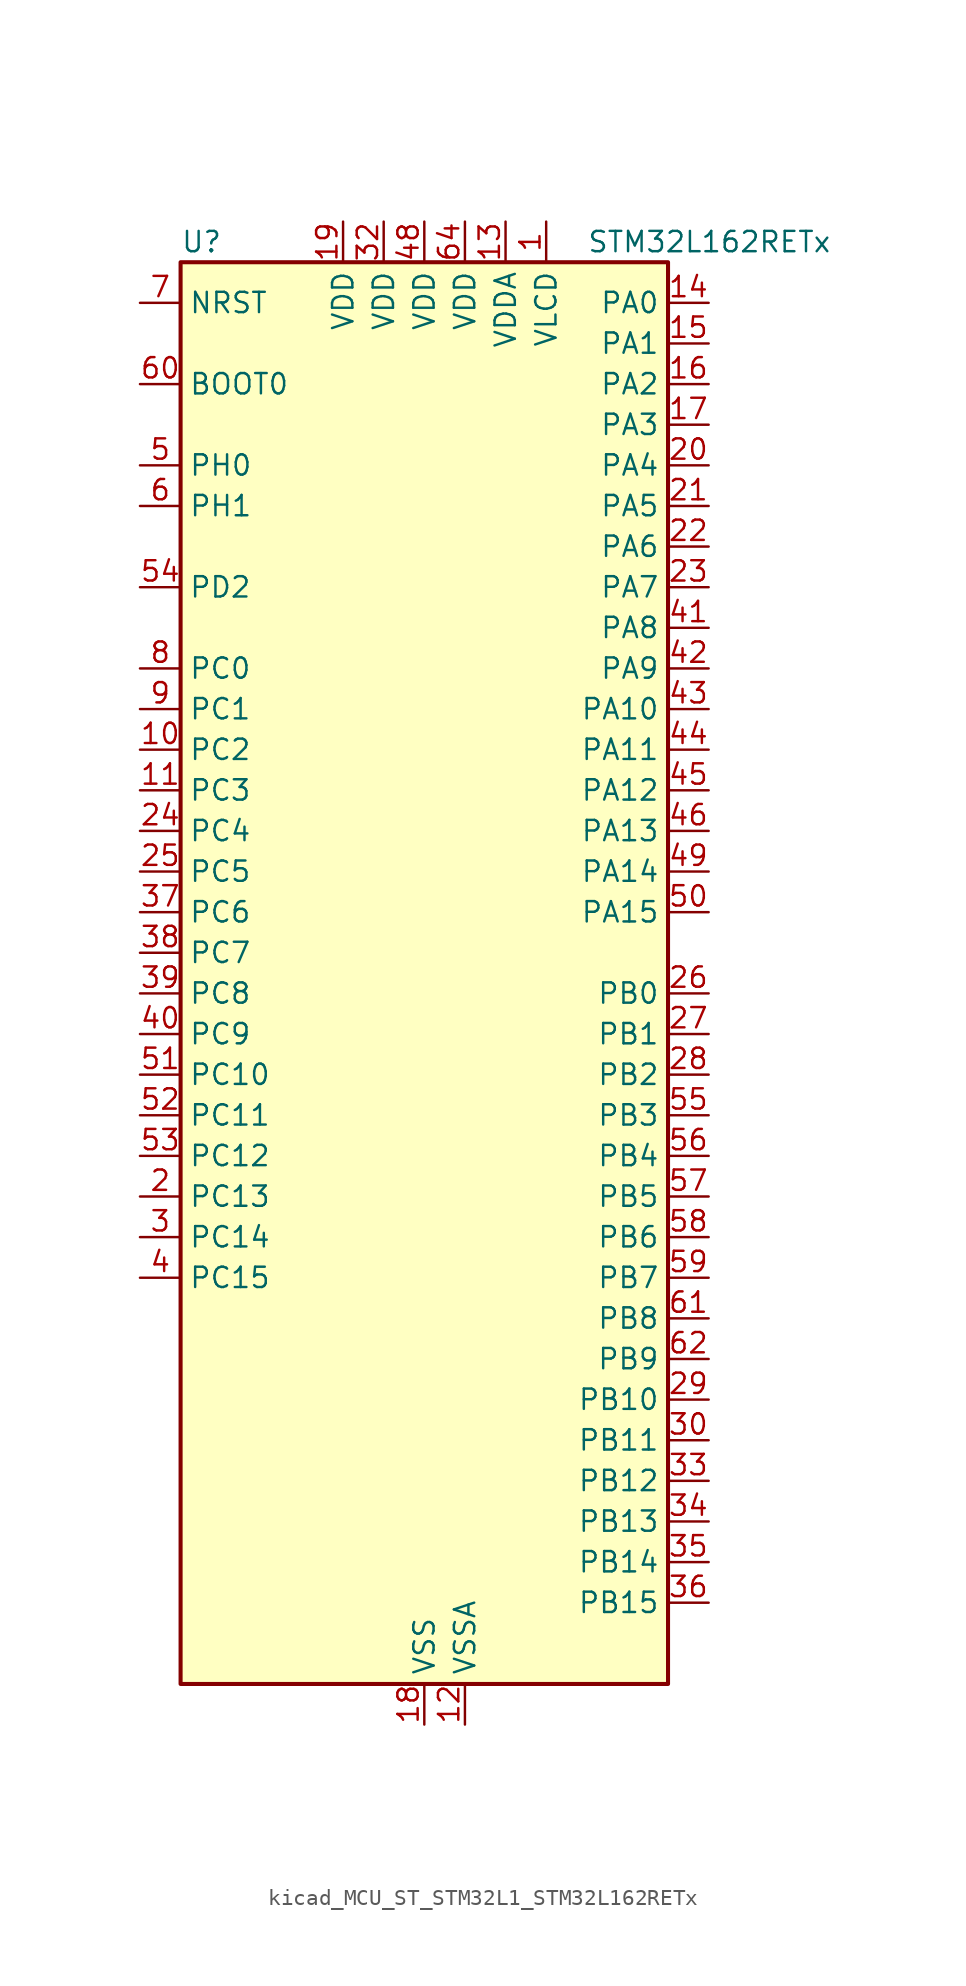
<source format=kicad_sym>
(kicad_symbol_lib
  (version 20220914)
  (generator kicad_symbol_editor)
  (symbol "kicad_MCU_ST_STM32L1_STM32L162RETx"
    (property "Reference" "U"
      (at -15.24 46.99 0)
      (effects (font (size 1.27 1.27)) (justify left)))
    (property "Value" "STM32L162RETx"
      (at 10.16 46.99 0)
      (effects (font (size 1.27 1.27)) (justify left)))
    (property "ki_locked" ""
      (at 0 0 0)
      (effects (font (size 1.27 1.27))))
    (symbol "kicad_MCU_ST_STM32L1_STM32L162RETx_0_1"
      (rectangle (start -15.24 -43.18) (end 15.24 45.72) (stroke (width 0.254) (type default)) (fill (type background))))
    (symbol "kicad_MCU_ST_STM32L1_STM32L162RETx_1_1"
      (pin power_in line (at 7.62 48.26 270) (length 2.54) (name "VLCD" (effects (font (size 1.27 1.27)))) (number "1" (effects (font (size 1.27 1.27)))))
      (pin bidirectional line (at -17.78 15.24 0) (length 2.54) (name "PC2" (effects (font (size 1.27 1.27)))) (number "10" (effects (font (size 1.27 1.27)))) (alternate "ADC_IN12" bidirectional line) (alternate "COMP1_INP" bidirectional line) (alternate "LCD_SEG20" bidirectional line) (alternate "TIMX_IC3" bidirectional line) (alternate "TS_G8_IO3" bidirectional line))
      (pin bidirectional line (at -17.78 12.7 0) (length 2.54) (name "PC3" (effects (font (size 1.27 1.27)))) (number "11" (effects (font (size 1.27 1.27)))) (alternate "ADC_IN13" bidirectional line) (alternate "COMP1_INP" bidirectional line) (alternate "LCD_SEG21" bidirectional line) (alternate "TIMX_IC4" bidirectional line) (alternate "TS_G8_IO4" bidirectional line))
      (pin power_in line (at 2.54 -45.72 90) (length 2.54) (name "VSSA" (effects (font (size 1.27 1.27)))) (number "12" (effects (font (size 1.27 1.27)))))
      (pin power_in line (at 5.08 48.26 270) (length 2.54) (name "VDDA" (effects (font (size 1.27 1.27)))) (number "13" (effects (font (size 1.27 1.27)))))
      (pin bidirectional line (at 17.78 43.18 180) (length 2.54) (name "PA0" (effects (font (size 1.27 1.27)))) (number "14" (effects (font (size 1.27 1.27)))) (alternate "ADC_IN0" bidirectional line) (alternate "COMP1_INP" bidirectional line) (alternate "RTC_TAMP2" bidirectional line) (alternate "SYS_WKUP1" bidirectional line) (alternate "TIM2_CH1" bidirectional line) (alternate "TIM2_ETR" bidirectional line) (alternate "TIM5_CH1" bidirectional line) (alternate "TIMX_IC1" bidirectional line) (alternate "TS_G1_IO1" bidirectional line) (alternate "USART2_CTS" bidirectional line))
      (pin bidirectional line (at 17.78 40.64 180) (length 2.54) (name "PA1" (effects (font (size 1.27 1.27)))) (number "15" (effects (font (size 1.27 1.27)))) (alternate "ADC_IN1" bidirectional line) (alternate "COMP1_INP" bidirectional line) (alternate "LCD_SEG0" bidirectional line) (alternate "OPAMP1_VINP" bidirectional line) (alternate "TIM2_CH2" bidirectional line) (alternate "TIM5_CH2" bidirectional line) (alternate "TIMX_IC2" bidirectional line) (alternate "TS_G1_IO2" bidirectional line) (alternate "USART2_RTS" bidirectional line))
      (pin bidirectional line (at 17.78 38.1 180) (length 2.54) (name "PA2" (effects (font (size 1.27 1.27)))) (number "16" (effects (font (size 1.27 1.27)))) (alternate "ADC_IN2" bidirectional line) (alternate "COMP1_INP" bidirectional line) (alternate "LCD_SEG1" bidirectional line) (alternate "OPAMP1_VINM" bidirectional line) (alternate "TIM2_CH3" bidirectional line) (alternate "TIM5_CH3" bidirectional line) (alternate "TIM9_CH1" bidirectional line) (alternate "TIMX_IC3" bidirectional line) (alternate "TS_G1_IO3" bidirectional line) (alternate "USART2_TX" bidirectional line))
      (pin bidirectional line (at 17.78 35.56 180) (length 2.54) (name "PA3" (effects (font (size 1.27 1.27)))) (number "17" (effects (font (size 1.27 1.27)))) (alternate "ADC_IN3" bidirectional line) (alternate "COMP1_INP" bidirectional line) (alternate "LCD_SEG2" bidirectional line) (alternate "OPAMP1_VOUT" bidirectional line) (alternate "TIM2_CH4" bidirectional line) (alternate "TIM5_CH4" bidirectional line) (alternate "TIM9_CH2" bidirectional line) (alternate "TIMX_IC4" bidirectional line) (alternate "TS_G1_IO4" bidirectional line) (alternate "USART2_RX" bidirectional line))
      (pin power_in line (at 0 -45.72 90) (length 2.54) (name "VSS" (effects (font (size 1.27 1.27)))) (number "18" (effects (font (size 1.27 1.27)))))
      (pin power_in line (at -5.08 48.26 270) (length 2.54) (name "VDD" (effects (font (size 1.27 1.27)))) (number "19" (effects (font (size 1.27 1.27)))))
      (pin bidirectional line (at -17.78 -12.7 0) (length 2.54) (name "PC13" (effects (font (size 1.27 1.27)))) (number "2" (effects (font (size 1.27 1.27)))) (alternate "RTC_OUT_ALARM" bidirectional line) (alternate "RTC_OUT_CALIB" bidirectional line) (alternate "RTC_TAMP1" bidirectional line) (alternate "RTC_TS" bidirectional line) (alternate "SYS_WKUP2" bidirectional line) (alternate "TIMX_IC2" bidirectional line))
      (pin bidirectional line (at 17.78 33.02 180) (length 2.54) (name "PA4" (effects (font (size 1.27 1.27)))) (number "20" (effects (font (size 1.27 1.27)))) (alternate "ADC_IN4" bidirectional line) (alternate "COMP1_INP" bidirectional line) (alternate "DAC_OUT1" bidirectional line) (alternate "I2S3_WS" bidirectional line) (alternate "SPI1_NSS" bidirectional line) (alternate "SPI3_NSS" bidirectional line) (alternate "TIMX_IC1" bidirectional line) (alternate "USART2_CK" bidirectional line))
      (pin bidirectional line (at 17.78 30.48 180) (length 2.54) (name "PA5" (effects (font (size 1.27 1.27)))) (number "21" (effects (font (size 1.27 1.27)))) (alternate "ADC_IN5" bidirectional line) (alternate "COMP1_INP" bidirectional line) (alternate "DAC_OUT2" bidirectional line) (alternate "SPI1_SCK" bidirectional line) (alternate "TIM2_CH1" bidirectional line) (alternate "TIM2_ETR" bidirectional line) (alternate "TIMX_IC2" bidirectional line))
      (pin bidirectional line (at 17.78 27.94 180) (length 2.54) (name "PA6" (effects (font (size 1.27 1.27)))) (number "22" (effects (font (size 1.27 1.27)))) (alternate "ADC_IN6" bidirectional line) (alternate "COMP1_INP" bidirectional line) (alternate "LCD_SEG3" bidirectional line) (alternate "OPAMP2_VINP" bidirectional line) (alternate "SPI1_MISO" bidirectional line) (alternate "TIM10_CH1" bidirectional line) (alternate "TIM3_CH1" bidirectional line) (alternate "TIMX_IC3" bidirectional line) (alternate "TS_G2_IO1" bidirectional line))
      (pin bidirectional line (at 17.78 25.4 180) (length 2.54) (name "PA7" (effects (font (size 1.27 1.27)))) (number "23" (effects (font (size 1.27 1.27)))) (alternate "ADC_IN7" bidirectional line) (alternate "COMP1_INP" bidirectional line) (alternate "LCD_SEG4" bidirectional line) (alternate "OPAMP2_VINM" bidirectional line) (alternate "SPI1_MOSI" bidirectional line) (alternate "TIM11_CH1" bidirectional line) (alternate "TIM3_CH2" bidirectional line) (alternate "TIMX_IC4" bidirectional line) (alternate "TS_G2_IO2" bidirectional line))
      (pin bidirectional line (at -17.78 10.16 0) (length 2.54) (name "PC4" (effects (font (size 1.27 1.27)))) (number "24" (effects (font (size 1.27 1.27)))) (alternate "ADC_IN14" bidirectional line) (alternate "COMP1_INP" bidirectional line) (alternate "LCD_SEG22" bidirectional line) (alternate "TIMX_IC1" bidirectional line) (alternate "TS_G9_IO1" bidirectional line))
      (pin bidirectional line (at -17.78 7.62 0) (length 2.54) (name "PC5" (effects (font (size 1.27 1.27)))) (number "25" (effects (font (size 1.27 1.27)))) (alternate "ADC_IN15" bidirectional line) (alternate "COMP1_INP" bidirectional line) (alternate "LCD_SEG23" bidirectional line) (alternate "TIMX_IC2" bidirectional line) (alternate "TS_G9_IO2" bidirectional line))
      (pin bidirectional line (at 17.78 0 180) (length 2.54) (name "PB0" (effects (font (size 1.27 1.27)))) (number "26" (effects (font (size 1.27 1.27)))) (alternate "ADC_IN8" bidirectional line) (alternate "COMP1_INP" bidirectional line) (alternate "LCD_SEG5" bidirectional line) (alternate "OPAMP2_VOUT" bidirectional line) (alternate "SYS_V_REF_OUT" bidirectional line) (alternate "TIM3_CH3" bidirectional line) (alternate "TS_G3_IO1" bidirectional line))
      (pin bidirectional line (at 17.78 -2.54 180) (length 2.54) (name "PB1" (effects (font (size 1.27 1.27)))) (number "27" (effects (font (size 1.27 1.27)))) (alternate "ADC_IN9" bidirectional line) (alternate "COMP1_INP" bidirectional line) (alternate "LCD_SEG6" bidirectional line) (alternate "SYS_V_REF_OUT" bidirectional line) (alternate "TIM3_CH4" bidirectional line) (alternate "TS_G3_IO2" bidirectional line))
      (pin bidirectional line (at 17.78 -5.08 180) (length 2.54) (name "PB2" (effects (font (size 1.27 1.27)))) (number "28" (effects (font (size 1.27 1.27)))) (alternate "ADC_IN0b" bidirectional line) (alternate "TS_G3_IO3" bidirectional line))
      (pin bidirectional line (at 17.78 -25.4 180) (length 2.54) (name "PB10" (effects (font (size 1.27 1.27)))) (number "29" (effects (font (size 1.27 1.27)))) (alternate "I2C2_SCL" bidirectional line) (alternate "LCD_SEG10" bidirectional line) (alternate "TIM2_CH3" bidirectional line) (alternate "USART3_TX" bidirectional line))
      (pin bidirectional line (at -17.78 -15.24 0) (length 2.54) (name "PC14" (effects (font (size 1.27 1.27)))) (number "3" (effects (font (size 1.27 1.27)))) (alternate "RCC_OSC32_IN" bidirectional line) (alternate "TIMX_IC3" bidirectional line))
      (pin bidirectional line (at 17.78 -27.94 180) (length 2.54) (name "PB11" (effects (font (size 1.27 1.27)))) (number "30" (effects (font (size 1.27 1.27)))) (alternate "ADC_EXTI11" bidirectional line) (alternate "I2C2_SDA" bidirectional line) (alternate "LCD_SEG11" bidirectional line) (alternate "TIM2_CH4" bidirectional line) (alternate "USART3_RX" bidirectional line))
      (pin passive line (at 0 -45.72 90) (length 2.54) hide (name "VSS" (effects (font (size 1.27 1.27)))) (number "31" (effects (font (size 1.27 1.27)))))
      (pin power_in line (at -2.54 48.26 270) (length 2.54) (name "VDD" (effects (font (size 1.27 1.27)))) (number "32" (effects (font (size 1.27 1.27)))))
      (pin bidirectional line (at 17.78 -30.48 180) (length 2.54) (name "PB12" (effects (font (size 1.27 1.27)))) (number "33" (effects (font (size 1.27 1.27)))) (alternate "ADC_IN18" bidirectional line) (alternate "COMP1_INP" bidirectional line) (alternate "I2C2_SMBA" bidirectional line) (alternate "I2S2_WS" bidirectional line) (alternate "LCD_SEG12" bidirectional line) (alternate "SPI2_NSS" bidirectional line) (alternate "TIM10_CH1" bidirectional line) (alternate "TS_G7_IO1" bidirectional line) (alternate "USART3_CK" bidirectional line))
      (pin bidirectional line (at 17.78 -33.02 180) (length 2.54) (name "PB13" (effects (font (size 1.27 1.27)))) (number "34" (effects (font (size 1.27 1.27)))) (alternate "ADC_IN19" bidirectional line) (alternate "COMP1_INP" bidirectional line) (alternate "I2S2_CK" bidirectional line) (alternate "LCD_SEG13" bidirectional line) (alternate "SPI2_SCK" bidirectional line) (alternate "TIM9_CH1" bidirectional line) (alternate "TS_G7_IO2" bidirectional line) (alternate "USART3_CTS" bidirectional line))
      (pin bidirectional line (at 17.78 -35.56 180) (length 2.54) (name "PB14" (effects (font (size 1.27 1.27)))) (number "35" (effects (font (size 1.27 1.27)))) (alternate "ADC_IN20" bidirectional line) (alternate "COMP1_INP" bidirectional line) (alternate "LCD_SEG14" bidirectional line) (alternate "SPI2_MISO" bidirectional line) (alternate "TIM9_CH2" bidirectional line) (alternate "TS_G7_IO3" bidirectional line) (alternate "USART3_RTS" bidirectional line))
      (pin bidirectional line (at 17.78 -38.1 180) (length 2.54) (name "PB15" (effects (font (size 1.27 1.27)))) (number "36" (effects (font (size 1.27 1.27)))) (alternate "ADC_EXTI15" bidirectional line) (alternate "ADC_IN21" bidirectional line) (alternate "COMP1_INP" bidirectional line) (alternate "I2S2_SD" bidirectional line) (alternate "LCD_SEG15" bidirectional line) (alternate "RTC_REFIN" bidirectional line) (alternate "SPI2_MOSI" bidirectional line) (alternate "TIM11_CH1" bidirectional line) (alternate "TS_G7_IO4" bidirectional line))
      (pin bidirectional line (at -17.78 5.08 0) (length 2.54) (name "PC6" (effects (font (size 1.27 1.27)))) (number "37" (effects (font (size 1.27 1.27)))) (alternate "I2S2_MCK" bidirectional line) (alternate "LCD_SEG24" bidirectional line) (alternate "TIM3_CH1" bidirectional line) (alternate "TIMX_IC3" bidirectional line) (alternate "TS_G10_IO1" bidirectional line))
      (pin bidirectional line (at -17.78 2.54 0) (length 2.54) (name "PC7" (effects (font (size 1.27 1.27)))) (number "38" (effects (font (size 1.27 1.27)))) (alternate "I2S3_MCK" bidirectional line) (alternate "LCD_SEG25" bidirectional line) (alternate "TIM3_CH2" bidirectional line) (alternate "TIMX_IC4" bidirectional line) (alternate "TS_G10_IO2" bidirectional line))
      (pin bidirectional line (at -17.78 0 0) (length 2.54) (name "PC8" (effects (font (size 1.27 1.27)))) (number "39" (effects (font (size 1.27 1.27)))) (alternate "LCD_SEG26" bidirectional line) (alternate "TIM3_CH3" bidirectional line) (alternate "TIMX_IC1" bidirectional line) (alternate "TS_G10_IO3" bidirectional line))
      (pin bidirectional line (at -17.78 -17.78 0) (length 2.54) (name "PC15" (effects (font (size 1.27 1.27)))) (number "4" (effects (font (size 1.27 1.27)))) (alternate "ADC_EXTI15" bidirectional line) (alternate "RCC_OSC32_OUT" bidirectional line) (alternate "TIMX_IC4" bidirectional line))
      (pin bidirectional line (at -17.78 -2.54 0) (length 2.54) (name "PC9" (effects (font (size 1.27 1.27)))) (number "40" (effects (font (size 1.27 1.27)))) (alternate "DAC_EXTI9" bidirectional line) (alternate "LCD_SEG27" bidirectional line) (alternate "TIM3_CH4" bidirectional line) (alternate "TIMX_IC2" bidirectional line) (alternate "TS_G10_IO4" bidirectional line))
      (pin bidirectional line (at 17.78 22.86 180) (length 2.54) (name "PA8" (effects (font (size 1.27 1.27)))) (number "41" (effects (font (size 1.27 1.27)))) (alternate "LCD_COM0" bidirectional line) (alternate "RCC_MCO" bidirectional line) (alternate "TIMX_IC1" bidirectional line) (alternate "TS_G4_IO1" bidirectional line) (alternate "USART1_CK" bidirectional line))
      (pin bidirectional line (at 17.78 20.32 180) (length 2.54) (name "PA9" (effects (font (size 1.27 1.27)))) (number "42" (effects (font (size 1.27 1.27)))) (alternate "DAC_EXTI9" bidirectional line) (alternate "LCD_COM1" bidirectional line) (alternate "TIMX_IC2" bidirectional line) (alternate "TS_G4_IO2" bidirectional line) (alternate "USART1_TX" bidirectional line))
      (pin bidirectional line (at 17.78 17.78 180) (length 2.54) (name "PA10" (effects (font (size 1.27 1.27)))) (number "43" (effects (font (size 1.27 1.27)))) (alternate "LCD_COM2" bidirectional line) (alternate "TIMX_IC3" bidirectional line) (alternate "TS_G4_IO3" bidirectional line) (alternate "USART1_RX" bidirectional line))
      (pin bidirectional line (at 17.78 15.24 180) (length 2.54) (name "PA11" (effects (font (size 1.27 1.27)))) (number "44" (effects (font (size 1.27 1.27)))) (alternate "ADC_EXTI11" bidirectional line) (alternate "SPI1_MISO" bidirectional line) (alternate "TIMX_IC4" bidirectional line) (alternate "USART1_CTS" bidirectional line) (alternate "USB_DM" bidirectional line))
      (pin bidirectional line (at 17.78 12.7 180) (length 2.54) (name "PA12" (effects (font (size 1.27 1.27)))) (number "45" (effects (font (size 1.27 1.27)))) (alternate "SPI1_MOSI" bidirectional line) (alternate "TIMX_IC1" bidirectional line) (alternate "USART1_RTS" bidirectional line) (alternate "USB_DP" bidirectional line))
      (pin bidirectional line (at 17.78 10.16 180) (length 2.54) (name "PA13" (effects (font (size 1.27 1.27)))) (number "46" (effects (font (size 1.27 1.27)))) (alternate "SYS_JTMS-SWDIO" bidirectional line) (alternate "TIMX_IC2" bidirectional line) (alternate "TS_G5_IO1" bidirectional line))
      (pin passive line (at 0 -45.72 90) (length 2.54) hide (name "VSS" (effects (font (size 1.27 1.27)))) (number "47" (effects (font (size 1.27 1.27)))))
      (pin power_in line (at 0 48.26 270) (length 2.54) (name "VDD" (effects (font (size 1.27 1.27)))) (number "48" (effects (font (size 1.27 1.27)))))
      (pin bidirectional line (at 17.78 7.62 180) (length 2.54) (name "PA14" (effects (font (size 1.27 1.27)))) (number "49" (effects (font (size 1.27 1.27)))) (alternate "SYS_JTCK-SWCLK" bidirectional line) (alternate "TIMX_IC3" bidirectional line) (alternate "TS_G5_IO2" bidirectional line))
      (pin bidirectional line (at -17.78 33.02 0) (length 2.54) (name "PH0" (effects (font (size 1.27 1.27)))) (number "5" (effects (font (size 1.27 1.27)))) (alternate "RCC_OSC_IN" bidirectional line))
      (pin bidirectional line (at 17.78 5.08 180) (length 2.54) (name "PA15" (effects (font (size 1.27 1.27)))) (number "50" (effects (font (size 1.27 1.27)))) (alternate "ADC_EXTI15" bidirectional line) (alternate "I2S3_WS" bidirectional line) (alternate "LCD_SEG17" bidirectional line) (alternate "SPI1_NSS" bidirectional line) (alternate "SPI3_NSS" bidirectional line) (alternate "SYS_JTDI" bidirectional line) (alternate "TIM2_CH1" bidirectional line) (alternate "TIM2_ETR" bidirectional line) (alternate "TIMX_IC4" bidirectional line) (alternate "TS_G5_IO3" bidirectional line))
      (pin bidirectional line (at -17.78 -5.08 0) (length 2.54) (name "PC10" (effects (font (size 1.27 1.27)))) (number "51" (effects (font (size 1.27 1.27)))) (alternate "I2S3_CK" bidirectional line) (alternate "LCD_COM4" bidirectional line) (alternate "LCD_SEG28" bidirectional line) (alternate "LCD_SEG40" bidirectional line) (alternate "SPI3_SCK" bidirectional line) (alternate "TIMX_IC3" bidirectional line) (alternate "UART4_TX" bidirectional line) (alternate "USART3_TX" bidirectional line))
      (pin bidirectional line (at -17.78 -7.62 0) (length 2.54) (name "PC11" (effects (font (size 1.27 1.27)))) (number "52" (effects (font (size 1.27 1.27)))) (alternate "ADC_EXTI11" bidirectional line) (alternate "LCD_COM5" bidirectional line) (alternate "LCD_SEG29" bidirectional line) (alternate "LCD_SEG41" bidirectional line) (alternate "SPI3_MISO" bidirectional line) (alternate "TIMX_IC4" bidirectional line) (alternate "UART4_RX" bidirectional line) (alternate "USART3_RX" bidirectional line))
      (pin bidirectional line (at -17.78 -10.16 0) (length 2.54) (name "PC12" (effects (font (size 1.27 1.27)))) (number "53" (effects (font (size 1.27 1.27)))) (alternate "I2S3_SD" bidirectional line) (alternate "LCD_COM6" bidirectional line) (alternate "LCD_SEG30" bidirectional line) (alternate "LCD_SEG42" bidirectional line) (alternate "SPI3_MOSI" bidirectional line) (alternate "TIMX_IC1" bidirectional line) (alternate "UART5_TX" bidirectional line) (alternate "USART3_CK" bidirectional line))
      (pin bidirectional line (at -17.78 25.4 0) (length 2.54) (name "PD2" (effects (font (size 1.27 1.27)))) (number "54" (effects (font (size 1.27 1.27)))) (alternate "LCD_COM7" bidirectional line) (alternate "LCD_SEG31" bidirectional line) (alternate "LCD_SEG43" bidirectional line) (alternate "TIM3_ETR" bidirectional line) (alternate "TIMX_IC3" bidirectional line) (alternate "UART5_RX" bidirectional line))
      (pin bidirectional line (at 17.78 -7.62 180) (length 2.54) (name "PB3" (effects (font (size 1.27 1.27)))) (number "55" (effects (font (size 1.27 1.27)))) (alternate "COMP2_INM" bidirectional line) (alternate "I2S3_CK" bidirectional line) (alternate "LCD_SEG7" bidirectional line) (alternate "SPI1_SCK" bidirectional line) (alternate "SPI3_SCK" bidirectional line) (alternate "SYS_JTDO-TRACESWO" bidirectional line) (alternate "TIM2_CH2" bidirectional line))
      (pin bidirectional line (at 17.78 -10.16 180) (length 2.54) (name "PB4" (effects (font (size 1.27 1.27)))) (number "56" (effects (font (size 1.27 1.27)))) (alternate "COMP2_INP" bidirectional line) (alternate "LCD_SEG8" bidirectional line) (alternate "SPI1_MISO" bidirectional line) (alternate "SPI3_MISO" bidirectional line) (alternate "SYS_JTRST" bidirectional line) (alternate "TIM3_CH1" bidirectional line) (alternate "TS_G6_IO1" bidirectional line))
      (pin bidirectional line (at 17.78 -12.7 180) (length 2.54) (name "PB5" (effects (font (size 1.27 1.27)))) (number "57" (effects (font (size 1.27 1.27)))) (alternate "COMP2_INP" bidirectional line) (alternate "I2C1_SMBA" bidirectional line) (alternate "I2S3_SD" bidirectional line) (alternate "LCD_SEG9" bidirectional line) (alternate "SPI1_MOSI" bidirectional line) (alternate "SPI3_MOSI" bidirectional line) (alternate "TIM3_CH2" bidirectional line) (alternate "TS_G6_IO2" bidirectional line))
      (pin bidirectional line (at 17.78 -15.24 180) (length 2.54) (name "PB6" (effects (font (size 1.27 1.27)))) (number "58" (effects (font (size 1.27 1.27)))) (alternate "COMP2_INP" bidirectional line) (alternate "I2C1_SCL" bidirectional line) (alternate "TIM4_CH1" bidirectional line) (alternate "TS_G6_IO3" bidirectional line) (alternate "USART1_TX" bidirectional line))
      (pin bidirectional line (at 17.78 -17.78 180) (length 2.54) (name "PB7" (effects (font (size 1.27 1.27)))) (number "59" (effects (font (size 1.27 1.27)))) (alternate "COMP2_INP" bidirectional line) (alternate "I2C1_SDA" bidirectional line) (alternate "SYS_PVD_IN" bidirectional line) (alternate "TIM4_CH2" bidirectional line) (alternate "TS_G6_IO4" bidirectional line) (alternate "USART1_RX" bidirectional line))
      (pin bidirectional line (at -17.78 30.48 0) (length 2.54) (name "PH1" (effects (font (size 1.27 1.27)))) (number "6" (effects (font (size 1.27 1.27)))) (alternate "RCC_OSC_OUT" bidirectional line))
      (pin input line (at -17.78 38.1 0) (length 2.54) (name "BOOT0" (effects (font (size 1.27 1.27)))) (number "60" (effects (font (size 1.27 1.27)))))
      (pin bidirectional line (at 17.78 -20.32 180) (length 2.54) (name "PB8" (effects (font (size 1.27 1.27)))) (number "61" (effects (font (size 1.27 1.27)))) (alternate "I2C1_SCL" bidirectional line) (alternate "LCD_SEG16" bidirectional line) (alternate "TIM10_CH1" bidirectional line) (alternate "TIM4_CH3" bidirectional line))
      (pin bidirectional line (at 17.78 -22.86 180) (length 2.54) (name "PB9" (effects (font (size 1.27 1.27)))) (number "62" (effects (font (size 1.27 1.27)))) (alternate "DAC_EXTI9" bidirectional line) (alternate "I2C1_SDA" bidirectional line) (alternate "LCD_COM3" bidirectional line) (alternate "TIM11_CH1" bidirectional line) (alternate "TIM4_CH4" bidirectional line))
      (pin passive line (at 0 -45.72 90) (length 2.54) hide (name "VSS" (effects (font (size 1.27 1.27)))) (number "63" (effects (font (size 1.27 1.27)))))
      (pin power_in line (at 2.54 48.26 270) (length 2.54) (name "VDD" (effects (font (size 1.27 1.27)))) (number "64" (effects (font (size 1.27 1.27)))))
      (pin input line (at -17.78 43.18 0) (length 2.54) (name "NRST" (effects (font (size 1.27 1.27)))) (number "7" (effects (font (size 1.27 1.27)))))
      (pin bidirectional line (at -17.78 20.32 0) (length 2.54) (name "PC0" (effects (font (size 1.27 1.27)))) (number "8" (effects (font (size 1.27 1.27)))) (alternate "ADC_IN10" bidirectional line) (alternate "COMP1_INP" bidirectional line) (alternate "LCD_SEG18" bidirectional line) (alternate "TIMX_IC1" bidirectional line) (alternate "TS_G8_IO1" bidirectional line))
      (pin bidirectional line (at -17.78 17.78 0) (length 2.54) (name "PC1" (effects (font (size 1.27 1.27)))) (number "9" (effects (font (size 1.27 1.27)))) (alternate "ADC_IN11" bidirectional line) (alternate "COMP1_INP" bidirectional line) (alternate "LCD_SEG19" bidirectional line) (alternate "TIMX_IC2" bidirectional line) (alternate "TS_G8_IO2" bidirectional line)))))
</source>
